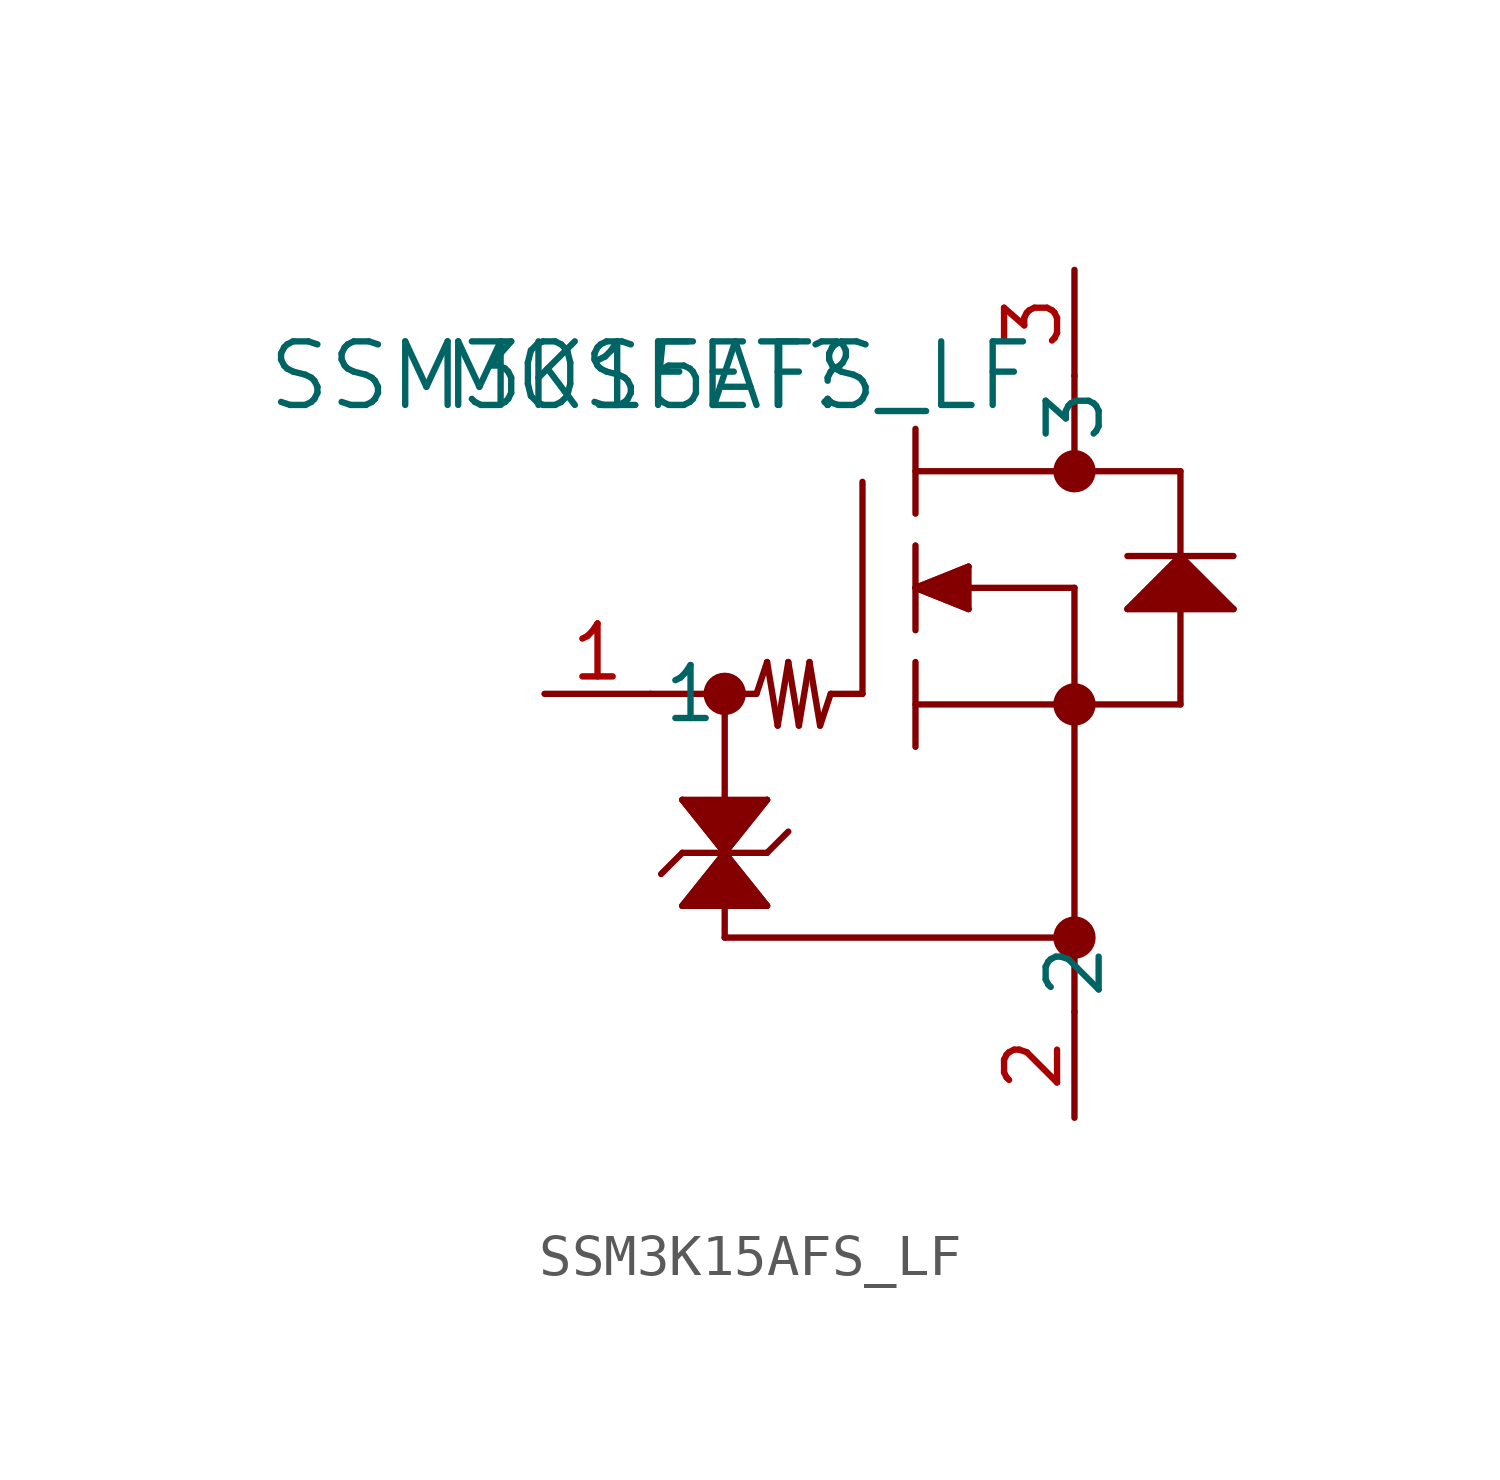
<source format=kicad_sym>
(kicad_symbol_lib
  (version 20211014)
  (generator kicad_symbol_editor)
  (symbol "SSM3K15AFS_LF"
    (pin_names
      (offset 0.254))
    (property "Reference" "MOSFET"
      (at 0 0 0)
      (effects (font (size 1.524 1.524))))
    (property "Value" "SSM3K15AFS_LF"
      (at 0 0 0)
      (effects (font (size 1.524 1.524))))
    (symbol "SSM3K15AFS_LF_0_1"
      (circle (center 1.778 -7.62) (radius 0.254) (stroke (width 0.508) (type default) (color 0 0 0 0)) (fill (type none)))
      (polyline (pts (xy 5.08 -7.62) (xy 5.08 -2.54)) (stroke (width 0.152) (type default) (color 0 0 0 0)) (fill (type none)))
      (polyline (pts (xy 6.35 -6.096) (xy 6.35 -4.064)) (stroke (width 0.152) (type default) (color 0 0 0 0)) (fill (type none)))
      (polyline (pts (xy 6.35 -3.302) (xy 6.35 -1.27)) (stroke (width 0.152) (type default) (color 0 0 0 0)) (fill (type none)))
      (polyline (pts (xy 6.35 -8.89) (xy 6.35 -6.858)) (stroke (width 0.152) (type default) (color 0 0 0 0)) (fill (type none)))
      (polyline (pts (xy 6.35 -7.874) (xy 12.7 -7.874)) (stroke (width 0.152) (type default) (color 0 0 0 0)) (fill (type none)))
      (polyline (pts (xy 7.62 -5.08) (xy 10.16 -5.08)) (stroke (width 0.152) (type default) (color 0 0 0 0)) (fill (type none)))
      (polyline (pts (xy 10.16 -5.08) (xy 10.16 -15.24)) (stroke (width 0.152) (type default) (color 0 0 0 0)) (fill (type none)))
      (polyline (pts (xy 12.7 -2.286) (xy 6.35 -2.286)) (stroke (width 0.152) (type default) (color 0 0 0 0)) (fill (type none)))
      (polyline (pts (xy 10.16 0) (xy 10.16 -2.286)) (stroke (width 0.152) (type default) (color 0 0 0 0)) (fill (type none)))
      (polyline (pts (xy 11.43 -4.318) (xy 13.97 -4.318)) (stroke (width 0.152) (type default) (color 0 0 0 0)) (fill (type none)))
      (polyline (pts (xy 12.7 -4.318) (xy 12.7 -2.286)) (stroke (width 0.152) (type default) (color 0 0 0 0)) (fill (type none)))
      (polyline (pts (xy 12.7 -7.874) (xy 12.7 -5.588)) (stroke (width 0.152) (type default) (color 0 0 0 0)) (fill (type none)))
      (polyline (pts (xy 5.08 -7.62) (xy 4.318 -7.62)) (stroke (width 0.152) (type default) (color 0 0 0 0)) (fill (type none)))
      (polyline (pts (xy 4.318 -7.62) (xy 4.064 -8.382)) (stroke (width 0.152) (type default) (color 0 0 0 0)) (fill (type none)))
      (polyline (pts (xy 4.064 -8.382) (xy 3.81 -6.858)) (stroke (width 0.152) (type default) (color 0 0 0 0)) (fill (type none)))
      (polyline (pts (xy 3.81 -6.858) (xy 3.556 -8.382)) (stroke (width 0.152) (type default) (color 0 0 0 0)) (fill (type none)))
      (polyline (pts (xy 3.556 -8.382) (xy 3.302 -6.858)) (stroke (width 0.152) (type default) (color 0 0 0 0)) (fill (type none)))
      (polyline (pts (xy 3.302 -6.858) (xy 3.048 -8.382)) (stroke (width 0.152) (type default) (color 0 0 0 0)) (fill (type none)))
      (polyline (pts (xy 3.048 -8.382) (xy 2.794 -6.858)) (stroke (width 0.152) (type default) (color 0 0 0 0)) (fill (type none)))
      (polyline (pts (xy 2.794 -6.858) (xy 2.54 -7.62)) (stroke (width 0.152) (type default) (color 0 0 0 0)) (fill (type none)))
      (polyline (pts (xy 0.762 -11.43) (xy 2.794 -11.43)) (stroke (width 0.152) (type default) (color 0 0 0 0)) (fill (type none)))
      (polyline (pts (xy 0.762 -11.43) (xy 0.254 -11.938)) (stroke (width 0.152) (type default) (color 0 0 0 0)) (fill (type none)))
      (polyline (pts (xy 2.794 -11.43) (xy 3.302 -10.922)) (stroke (width 0.152) (type default) (color 0 0 0 0)) (fill (type none)))
      (polyline (pts (xy 0 -7.62) (xy 2.54 -7.62)) (stroke (width 0.152) (type default) (color 0 0 0 0)) (fill (type none)))
      (polyline (pts (xy 1.778 -7.62) (xy 1.778 -10.16)) (stroke (width 0.152) (type default) (color 0 0 0 0)) (fill (type none)))
      (polyline (pts (xy 1.778 -13.462) (xy 10.16 -13.462)) (stroke (width 0.152) (type default) (color 0 0 0 0)) (fill (type none)))
      (circle (center 10.16 -2.286) (radius 0.254) (stroke (width 0.508) (type default) (color 0 0 0 0)) (fill (type none)))
      (circle (center 10.16 -7.874) (radius 0.254) (stroke (width 0.508) (type default) (color 0 0 0 0)) (fill (type none)))
      (circle (center 10.16 -13.462) (radius 0.254) (stroke (width 0.508) (type default) (color 0 0 0 0)) (fill (type none)))
      (polyline (pts (xy 12.7 -4.318) (xy 11.43 -5.588)) (stroke (width 0.152) (type default) (color 0 0 0 0)) (fill (type none)))
      (polyline (pts (xy 11.43 -5.588) (xy 13.97 -5.588)) (stroke (width 0.152) (type default) (color 0 0 0 0)) (fill (type none)))
      (polyline (pts (xy 13.97 -5.588) (xy 12.7 -4.318)) (stroke (width 0.152) (type default) (color 0 0 0 0)) (fill (type none)))
      (polyline (pts (xy 6.35 -5.08) (xy 7.62 -4.572)) (stroke (width 0.152) (type default) (color 0 0 0 0)) (fill (type none)))
      (polyline (pts (xy 7.62 -4.572) (xy 7.62 -5.588)) (stroke (width 0.152) (type default) (color 0 0 0 0)) (fill (type none)))
      (polyline (pts (xy 7.62 -5.588) (xy 6.35 -5.08)) (stroke (width 0.152) (type default) (color 0 0 0 0)) (fill (type none)))
      (polyline (pts (xy 1.778 -11.43) (xy 2.794 -10.16)) (stroke (width 0.152) (type default) (color 0 0 0 0)) (fill (type none)))
      (polyline (pts (xy 2.794 -10.16) (xy 0.762 -10.16)) (stroke (width 0.152) (type default) (color 0 0 0 0)) (fill (type none)))
      (polyline (pts (xy 0.762 -10.16) (xy 1.778 -11.43)) (stroke (width 0.152) (type default) (color 0 0 0 0)) (fill (type none)))
      (polyline (pts (xy 1.778 -11.43) (xy 0.762 -12.7)) (stroke (width 0.152) (type default) (color 0 0 0 0)) (fill (type none)))
      (polyline (pts (xy 0.762 -12.7) (xy 2.794 -12.7)) (stroke (width 0.152) (type default) (color 0 0 0 0)) (fill (type none)))
      (polyline (pts (xy 2.794 -12.7) (xy 1.778 -11.43)) (stroke (width 0.152) (type default) (color 0 0 0 0)) (fill (type none)))
      (polyline (pts (xy 1.778 -12.7) (xy 1.778 -13.462)) (stroke (width 0.152) (type default) (color 0 0 0 0)) (fill (type none)))
      (polyline (pts (xy 0.762 -10.16) (xy 1.778 -11.43) (xy 0.762 -12.7) (xy 2.794 -12.7) (xy 1.778 -11.43) (xy 2.794 -10.16)) (stroke (width 0) (type default) (color 0 0 0 0)) (fill (type outline)))
      (polyline (pts (xy 7.62 -4.572) (xy 6.35 -5.08) (xy 7.62 -5.588)) (stroke (width 0) (type default) (color 0 0 0 0)) (fill (type outline)))
      (polyline (pts (xy 12.7 -4.318) (xy 11.43 -5.588) (xy 13.97 -5.588)) (stroke (width 0) (type default) (color 0 0 0 0)) (fill (type outline)))
      (pin unspecified line (at -2.54 -7.62 0) (length 2.54) (name "1" (effects (font (size 1.27 1.27)))) (number "1" (effects (font (size 1.27 1.27)))))
      (pin unspecified line (at 10.16 -17.78 90) (length 2.54) (name "2" (effects (font (size 1.27 1.27)))) (number "2" (effects (font (size 1.27 1.27)))))
      (pin unspecified line (at 10.16 2.54 270) (length 2.54) (name "3" (effects (font (size 1.27 1.27)))) (number "3" (effects (font (size 1.27 1.27))))))))
</source>
